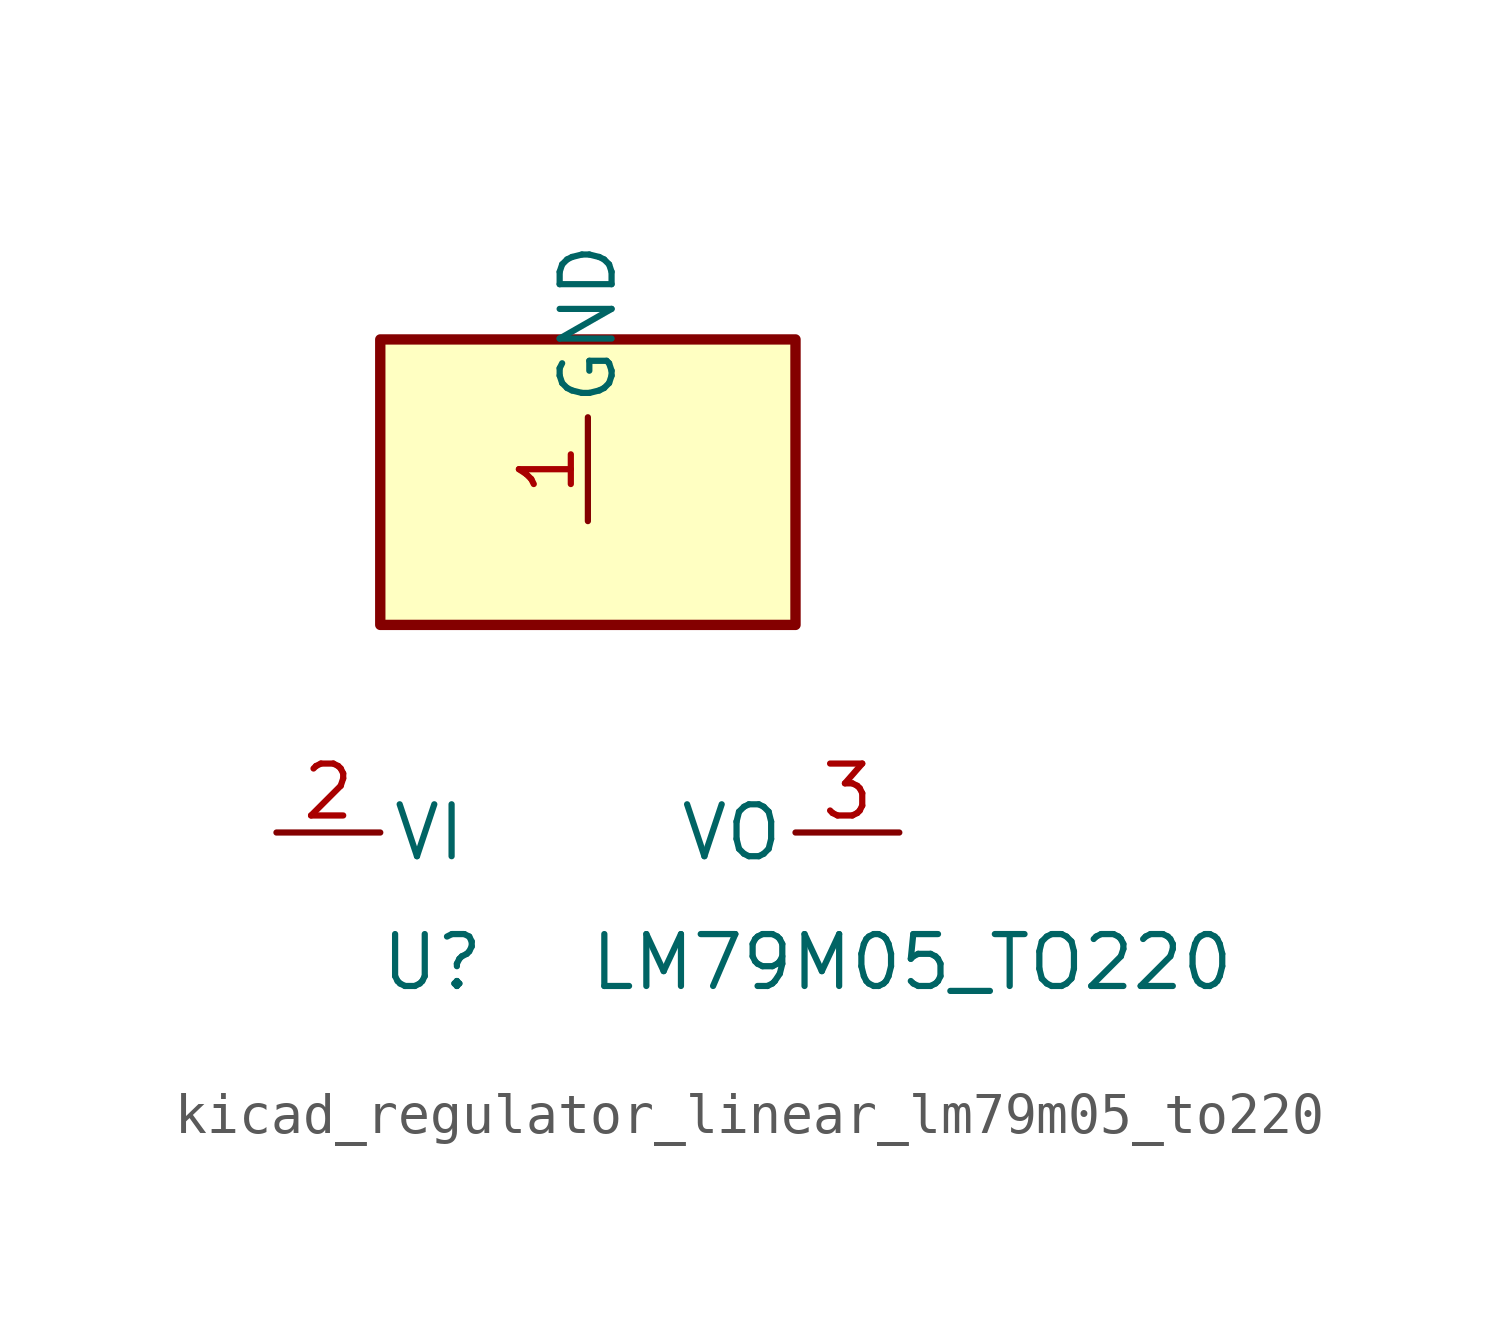
<source format=kicad_sym>
(kicad_symbol_lib
  (version 20220914)
  (generator kicad_symbol_editor)
  (symbol "kicad_regulator_linear_lm79m05_to220"
    (pin_names
      (offset 0.254))
    (property "Reference" "U"
      (at -3.81 -3.175 0)
      (effects (font (size 1.27 1.27))))
    (property "Value" "LM79M05_TO220"
      (at 0 -3.175 0)
      (effects (font (size 1.27 1.27)) (justify left)))
    (symbol "kicad_regulator_linear_lm79m05_to220_0_1"
      (rectangle (start 5.08 12.065) (end -5.08 5.08) (stroke (width 0.254) (type default)) (fill (type background))))
    (symbol "kicad_regulator_linear_lm79m05_to220_1_1"
      (pin power_in line (at 0 7.62 90) (length 2.54) (name "GND" (effects (font (size 1.27 1.27)))) (number "1" (effects (font (size 1.27 1.27)))))
      (pin power_in line (at -7.62 0 0) (length 2.54) (name "VI" (effects (font (size 1.27 1.27)))) (number "2" (effects (font (size 1.27 1.27)))))
      (pin power_out line (at 7.62 0 180) (length 2.54) (name "VO" (effects (font (size 1.27 1.27)))) (number "3" (effects (font (size 1.27 1.27))))))))
</source>
